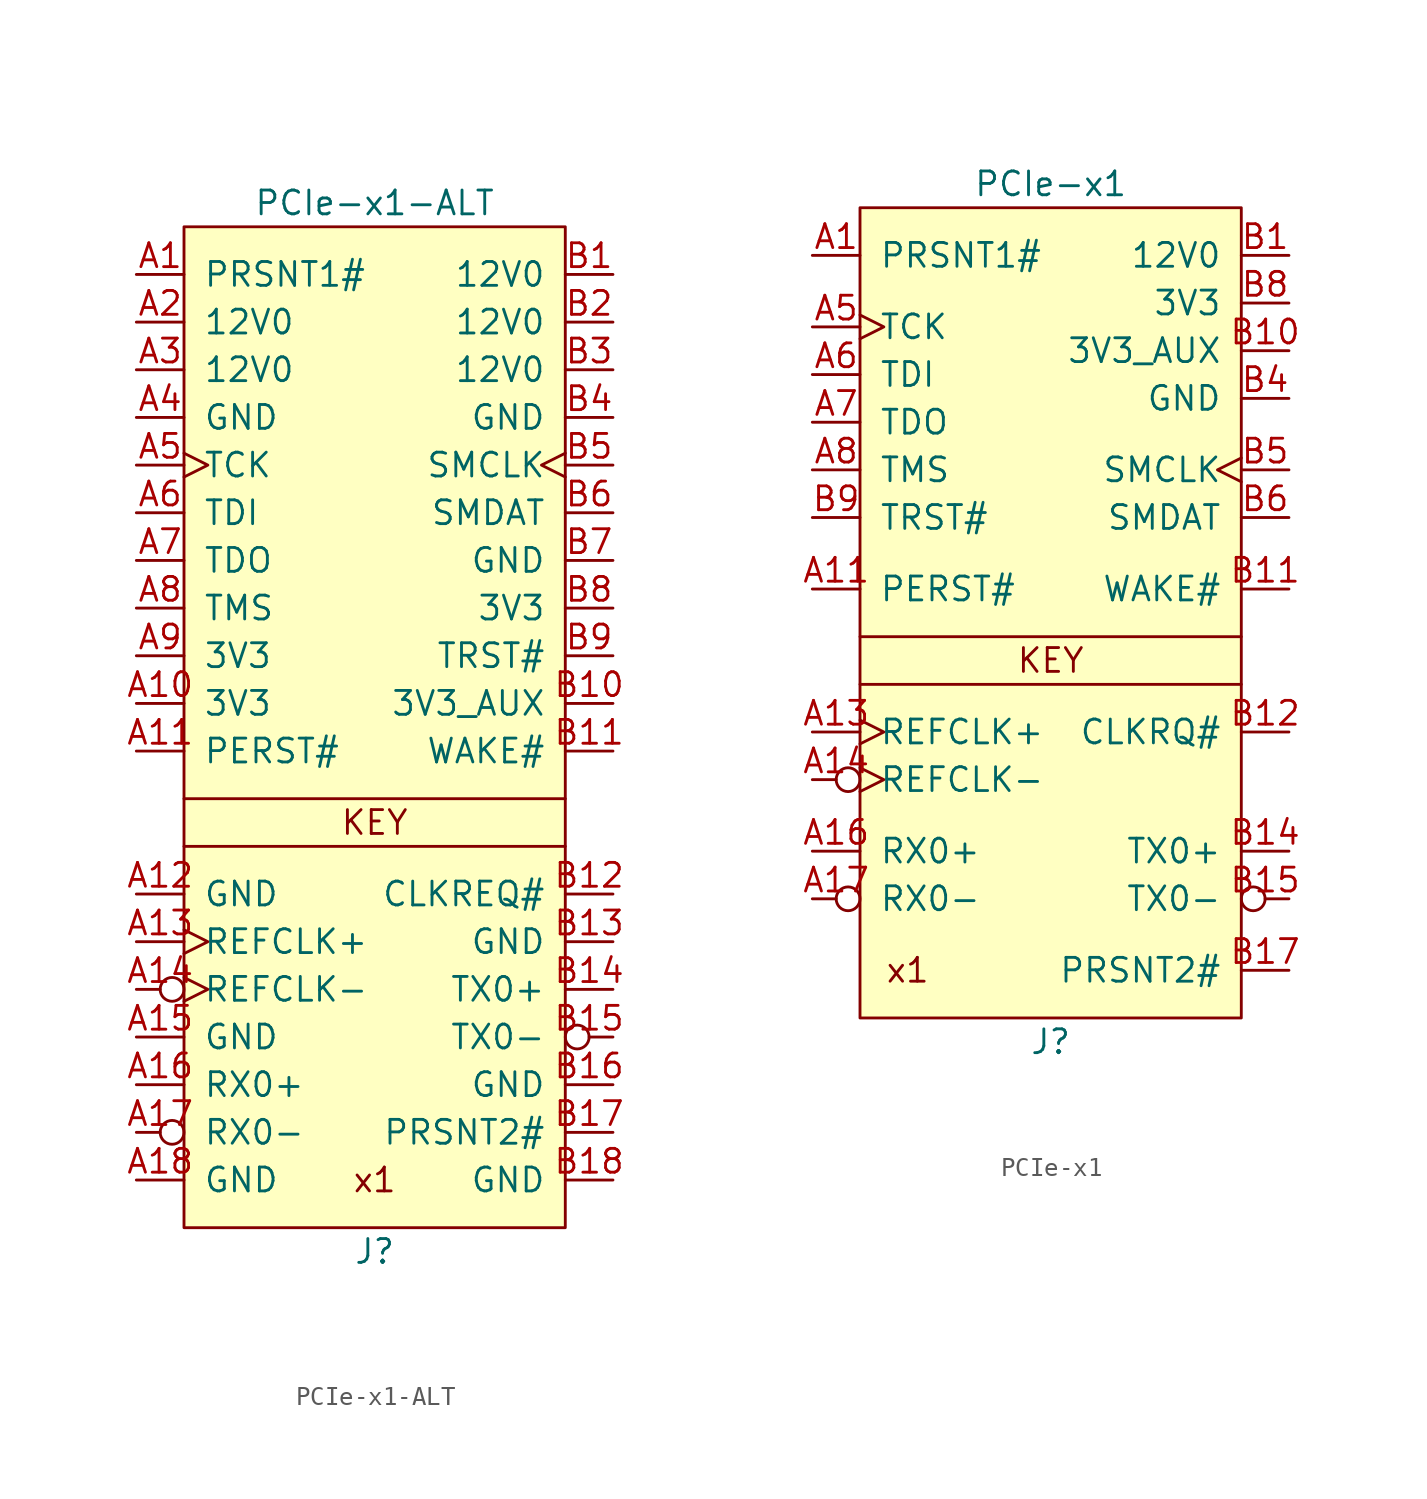
<source format=kicad_sym>
(kicad_symbol_lib
  (version 20201005)
  (generator kicad_symbol_editor)
  (symbol "lethalbit-pcie:PCIe-x1-ALT"
    (pin_names
      (offset 1.016))
    (property "Reference" "J"
      (at 0 -22.86 0)
      (effects (font (size 1.27 1.27))))
    (property "Value" "PCIe-x1-ALT"
      (at 0 33.02 0)
      (effects (font (size 1.27 1.27))))
    (symbol "PCIe-x1-ALT_0_0"
      (text "KEY" (at 0 0 0) (effects (font (size 1.27 1.27))))
      (text "x1" (at 0 -19.05 0) (effects (font (size 1.27 1.27))))
      (polyline (pts (xy 10.16 1.27) (xy -10.16 1.27)) (stroke (width 0)) (fill (type none))))
    (symbol "PCIe-x1-ALT_0_1"
      (rectangle (start -10.16 -21.59) (end 10.16 31.75) (stroke (width 0)) (fill (type background)))
      (polyline (pts (xy -10.16 -1.27) (xy 10.16 -1.27)) (stroke (width 0)) (fill (type none))))
    (symbol "PCIe-x1-ALT_1_1"
      (pin passive line (at -12.7 29.21 0) (length 2.54) (name "PRSNT1#" (effects (font (size 1.27 1.27)))) (number "A1" (effects (font (size 1.27 1.27)))))
      (pin power_out line (at -12.7 6.35 0) (length 2.54) (name "3V3" (effects (font (size 1.27 1.27)))) (number "A10" (effects (font (size 1.27 1.27)))))
      (pin input line (at -12.7 3.81 0) (length 2.54) (name "PERST#" (effects (font (size 1.27 1.27)))) (number "A11" (effects (font (size 1.27 1.27)))))
      (pin passive line (at -12.7 -3.81 0) (length 2.54) (name "GND" (effects (font (size 1.27 1.27)))) (number "A12" (effects (font (size 1.27 1.27)))))
      (pin input clock (at -12.7 -6.35 0) (length 2.54) (name "REFCLK+" (effects (font (size 1.27 1.27)))) (number "A13" (effects (font (size 1.27 1.27)))))
      (pin input inverted_clock (at -12.7 -8.89 0) (length 2.54) (name "REFCLK-" (effects (font (size 1.27 1.27)))) (number "A14" (effects (font (size 1.27 1.27)))))
      (pin passive line (at -12.7 -11.43 0) (length 2.54) (name "GND" (effects (font (size 1.27 1.27)))) (number "A15" (effects (font (size 1.27 1.27)))))
      (pin input line (at -12.7 -13.97 0) (length 2.54) (name "RX0+" (effects (font (size 1.27 1.27)))) (number "A16" (effects (font (size 1.27 1.27)))))
      (pin input inverted (at -12.7 -16.51 0) (length 2.54) (name "RX0-" (effects (font (size 1.27 1.27)))) (number "A17" (effects (font (size 1.27 1.27)))))
      (pin passive line (at -12.7 -19.05 0) (length 2.54) (name "GND" (effects (font (size 1.27 1.27)))) (number "A18" (effects (font (size 1.27 1.27)))))
      (pin power_out line (at -12.7 26.67 0) (length 2.54) (name "12V0" (effects (font (size 1.27 1.27)))) (number "A2" (effects (font (size 1.27 1.27)))))
      (pin power_out line (at -12.7 24.13 0) (length 2.54) (name "12V0" (effects (font (size 1.27 1.27)))) (number "A3" (effects (font (size 1.27 1.27)))))
      (pin passive line (at -12.7 21.59 0) (length 2.54) (name "GND" (effects (font (size 1.27 1.27)))) (number "A4" (effects (font (size 1.27 1.27)))))
      (pin input clock (at -12.7 19.05 0) (length 2.54) (name "TCK" (effects (font (size 1.27 1.27)))) (number "A5" (effects (font (size 1.27 1.27)))))
      (pin input line (at -12.7 16.51 0) (length 2.54) (name "TDI" (effects (font (size 1.27 1.27)))) (number "A6" (effects (font (size 1.27 1.27)))))
      (pin output line (at -12.7 13.97 0) (length 2.54) (name "TDO" (effects (font (size 1.27 1.27)))) (number "A7" (effects (font (size 1.27 1.27)))))
      (pin input line (at -12.7 11.43 0) (length 2.54) (name "TMS" (effects (font (size 1.27 1.27)))) (number "A8" (effects (font (size 1.27 1.27)))))
      (pin power_out line (at -12.7 8.89 0) (length 2.54) (name "3V3" (effects (font (size 1.27 1.27)))) (number "A9" (effects (font (size 1.27 1.27)))))
      (pin power_out line (at 12.7 29.21 180) (length 2.54) (name "12V0" (effects (font (size 1.27 1.27)))) (number "B1" (effects (font (size 1.27 1.27)))))
      (pin power_out line (at 12.7 6.35 180) (length 2.54) (name "3V3_AUX" (effects (font (size 1.27 1.27)))) (number "B10" (effects (font (size 1.27 1.27)))))
      (pin open_emitter line (at 12.7 3.81 180) (length 2.54) (name "WAKE#" (effects (font (size 1.27 1.27)))) (number "B11" (effects (font (size 1.27 1.27)))))
      (pin open_emitter line (at 12.7 -3.81 180) (length 2.54) (name "CLKREQ#" (effects (font (size 1.27 1.27)))) (number "B12" (effects (font (size 1.27 1.27)))))
      (pin passive line (at 12.7 -6.35 180) (length 2.54) (name "GND" (effects (font (size 1.27 1.27)))) (number "B13" (effects (font (size 1.27 1.27)))))
      (pin output line (at 12.7 -8.89 180) (length 2.54) (name "TX0+" (effects (font (size 1.27 1.27)))) (number "B14" (effects (font (size 1.27 1.27)))))
      (pin output inverted (at 12.7 -11.43 180) (length 2.54) (name "TX0-" (effects (font (size 1.27 1.27)))) (number "B15" (effects (font (size 1.27 1.27)))))
      (pin passive line (at 12.7 -13.97 180) (length 2.54) (name "GND" (effects (font (size 1.27 1.27)))) (number "B16" (effects (font (size 1.27 1.27)))))
      (pin passive line (at 12.7 -16.51 180) (length 2.54) (name "PRSNT2#" (effects (font (size 1.27 1.27)))) (number "B17" (effects (font (size 1.27 1.27)))))
      (pin passive line (at 12.7 -19.05 180) (length 2.54) (name "GND" (effects (font (size 1.27 1.27)))) (number "B18" (effects (font (size 1.27 1.27)))))
      (pin power_out line (at 12.7 26.67 180) (length 2.54) (name "12V0" (effects (font (size 1.27 1.27)))) (number "B2" (effects (font (size 1.27 1.27)))))
      (pin power_out line (at 12.7 24.13 180) (length 2.54) (name "12V0" (effects (font (size 1.27 1.27)))) (number "B3" (effects (font (size 1.27 1.27)))))
      (pin passive line (at 12.7 21.59 180) (length 2.54) (name "GND" (effects (font (size 1.27 1.27)))) (number "B4" (effects (font (size 1.27 1.27)))))
      (pin open_emitter clock (at 12.7 19.05 180) (length 2.54) (name "SMCLK" (effects (font (size 1.27 1.27)))) (number "B5" (effects (font (size 1.27 1.27)))))
      (pin open_emitter line (at 12.7 16.51 180) (length 2.54) (name "SMDAT" (effects (font (size 1.27 1.27)))) (number "B6" (effects (font (size 1.27 1.27)))))
      (pin passive line (at 12.7 13.97 180) (length 2.54) (name "GND" (effects (font (size 1.27 1.27)))) (number "B7" (effects (font (size 1.27 1.27)))))
      (pin power_out line (at 12.7 11.43 180) (length 2.54) (name "3V3" (effects (font (size 1.27 1.27)))) (number "B8" (effects (font (size 1.27 1.27)))))
      (pin input line (at 12.7 8.89 180) (length 2.54) (name "TRST#" (effects (font (size 1.27 1.27)))) (number "B9" (effects (font (size 1.27 1.27)))))
      (pin passive line (at 12.7 21.59 180) (length 2.54) hide (name "GND" (effects (font (size 1.27 1.27)))) (number "G1" (effects (font (size 1.27 1.27)))))
      (pin passive line (at 12.7 21.59 180) (length 2.54) hide (name "GND" (effects (font (size 1.27 1.27)))) (number "G2" (effects (font (size 1.27 1.27)))))))
  (symbol "lethalbit-pcie:PCIe-x1"
    (pin_names
      (offset 1.016))
    (property "Reference" "J"
      (at 0 -20.32 0)
      (effects (font (size 1.27 1.27))))
    (property "Value" "PCIe-x1"
      (at 0 25.4 0)
      (effects (font (size 1.27 1.27))))
    (symbol "PCIe-x1_0_0"
      (text "KEY" (at 0 0 0) (effects (font (size 1.27 1.27))))
      (text "x1" (at -7.62 -16.51 0) (effects (font (size 1.27 1.27))))
      (polyline (pts (xy 10.16 1.27) (xy -10.16 1.27)) (stroke (width 0)) (fill (type none))))
    (symbol "PCIe-x1_0_1"
      (rectangle (start -10.16 -19.05) (end 10.16 24.13) (stroke (width 0)) (fill (type background)))
      (polyline (pts (xy -10.16 -1.27) (xy 10.16 -1.27)) (stroke (width 0)) (fill (type none))))
    (symbol "PCIe-x1_1_1"
      (pin passive line (at -12.7 21.59 0) (length 2.54) (name "PRSNT1#" (effects (font (size 1.27 1.27)))) (number "A1" (effects (font (size 1.27 1.27)))))
      (pin passive line (at 12.7 19.05 180) (length 2.54) hide (name "3V3" (effects (font (size 1.27 1.27)))) (number "A10" (effects (font (size 1.27 1.27)))))
      (pin input line (at -12.7 3.81 0) (length 2.54) (name "PERST#" (effects (font (size 1.27 1.27)))) (number "A11" (effects (font (size 1.27 1.27)))))
      (pin passive line (at 12.7 13.97 180) (length 2.54) hide (name "GND" (effects (font (size 1.27 1.27)))) (number "A12" (effects (font (size 1.27 1.27)))))
      (pin input clock (at -12.7 -3.81 0) (length 2.54) (name "REFCLK+" (effects (font (size 1.27 1.27)))) (number "A13" (effects (font (size 1.27 1.27)))))
      (pin input inverted_clock (at -12.7 -6.35 0) (length 2.54) (name "REFCLK-" (effects (font (size 1.27 1.27)))) (number "A14" (effects (font (size 1.27 1.27)))))
      (pin passive line (at 12.7 13.97 180) (length 2.54) hide (name "GND" (effects (font (size 1.27 1.27)))) (number "A15" (effects (font (size 1.27 1.27)))))
      (pin input line (at -12.7 -10.16 0) (length 2.54) (name "RX0+" (effects (font (size 1.27 1.27)))) (number "A16" (effects (font (size 1.27 1.27)))))
      (pin input inverted (at -12.7 -12.7 0) (length 2.54) (name "RX0-" (effects (font (size 1.27 1.27)))) (number "A17" (effects (font (size 1.27 1.27)))))
      (pin passive line (at 12.7 13.97 180) (length 2.54) hide (name "GND" (effects (font (size 1.27 1.27)))) (number "A18" (effects (font (size 1.27 1.27)))))
      (pin passive line (at 12.7 21.59 180) (length 2.54) hide (name "12V0" (effects (font (size 1.27 1.27)))) (number "A2" (effects (font (size 1.27 1.27)))))
      (pin passive line (at 12.7 21.59 180) (length 2.54) hide (name "12V0" (effects (font (size 1.27 1.27)))) (number "A3" (effects (font (size 1.27 1.27)))))
      (pin passive line (at 12.7 13.97 180) (length 2.54) hide (name "GND" (effects (font (size 1.27 1.27)))) (number "A4" (effects (font (size 1.27 1.27)))))
      (pin input clock (at -12.7 17.78 0) (length 2.54) (name "TCK" (effects (font (size 1.27 1.27)))) (number "A5" (effects (font (size 1.27 1.27)))))
      (pin input line (at -12.7 15.24 0) (length 2.54) (name "TDI" (effects (font (size 1.27 1.27)))) (number "A6" (effects (font (size 1.27 1.27)))))
      (pin output line (at -12.7 12.7 0) (length 2.54) (name "TDO" (effects (font (size 1.27 1.27)))) (number "A7" (effects (font (size 1.27 1.27)))))
      (pin input line (at -12.7 10.16 0) (length 2.54) (name "TMS" (effects (font (size 1.27 1.27)))) (number "A8" (effects (font (size 1.27 1.27)))))
      (pin passive line (at 12.7 19.05 180) (length 2.54) hide (name "3V3" (effects (font (size 1.27 1.27)))) (number "A9" (effects (font (size 1.27 1.27)))))
      (pin power_out line (at 12.7 21.59 180) (length 2.54) (name "12V0" (effects (font (size 1.27 1.27)))) (number "B1" (effects (font (size 1.27 1.27)))))
      (pin power_out line (at 12.7 16.51 180) (length 2.54) (name "3V3_AUX" (effects (font (size 1.27 1.27)))) (number "B10" (effects (font (size 1.27 1.27)))))
      (pin open_emitter line (at 12.7 3.81 180) (length 2.54) (name "WAKE#" (effects (font (size 1.27 1.27)))) (number "B11" (effects (font (size 1.27 1.27)))))
      (pin open_emitter line (at 12.7 -3.81 180) (length 2.54) (name "CLKRQ#" (effects (font (size 1.27 1.27)))) (number "B12" (effects (font (size 1.27 1.27)))))
      (pin passive line (at 12.7 13.97 180) (length 2.54) hide (name "GND" (effects (font (size 1.27 1.27)))) (number "B13" (effects (font (size 1.27 1.27)))))
      (pin output line (at 12.7 -10.16 180) (length 2.54) (name "TX0+" (effects (font (size 1.27 1.27)))) (number "B14" (effects (font (size 1.27 1.27)))))
      (pin output inverted (at 12.7 -12.7 180) (length 2.54) (name "TX0-" (effects (font (size 1.27 1.27)))) (number "B15" (effects (font (size 1.27 1.27)))))
      (pin passive line (at 12.7 13.97 180) (length 2.54) hide (name "GND" (effects (font (size 1.27 1.27)))) (number "B16" (effects (font (size 1.27 1.27)))))
      (pin passive line (at 12.7 -16.51 180) (length 2.54) (name "PRSNT2#" (effects (font (size 1.27 1.27)))) (number "B17" (effects (font (size 1.27 1.27)))))
      (pin passive line (at 12.7 13.97 180) (length 2.54) hide (name "GND" (effects (font (size 1.27 1.27)))) (number "B18" (effects (font (size 1.27 1.27)))))
      (pin passive line (at 12.7 21.59 180) (length 2.54) hide (name "12V0" (effects (font (size 1.27 1.27)))) (number "B2" (effects (font (size 1.27 1.27)))))
      (pin passive line (at 12.7 21.59 180) (length 2.54) hide (name "12V0" (effects (font (size 1.27 1.27)))) (number "B3" (effects (font (size 1.27 1.27)))))
      (pin passive line (at 12.7 13.97 180) (length 2.54) (name "GND" (effects (font (size 1.27 1.27)))) (number "B4" (effects (font (size 1.27 1.27)))))
      (pin open_emitter clock (at 12.7 10.16 180) (length 2.54) (name "SMCLK" (effects (font (size 1.27 1.27)))) (number "B5" (effects (font (size 1.27 1.27)))))
      (pin open_emitter line (at 12.7 7.62 180) (length 2.54) (name "SMDAT" (effects (font (size 1.27 1.27)))) (number "B6" (effects (font (size 1.27 1.27)))))
      (pin passive line (at 12.7 13.97 180) (length 2.54) hide (name "GND" (effects (font (size 1.27 1.27)))) (number "B7" (effects (font (size 1.27 1.27)))))
      (pin power_out line (at 12.7 19.05 180) (length 2.54) (name "3V3" (effects (font (size 1.27 1.27)))) (number "B8" (effects (font (size 1.27 1.27)))))
      (pin input line (at -12.7 7.62 0) (length 2.54) (name "TRST#" (effects (font (size 1.27 1.27)))) (number "B9" (effects (font (size 1.27 1.27)))))
      (pin passive line (at 12.7 13.97 180) (length 2.54) hide (name "GND" (effects (font (size 1.27 1.27)))) (number "G1" (effects (font (size 1.27 1.27)))))
      (pin passive line (at 12.7 13.97 180) (length 2.54) hide (name "GND" (effects (font (size 1.27 1.27)))) (number "G2" (effects (font (size 1.27 1.27))))))))
</source>
